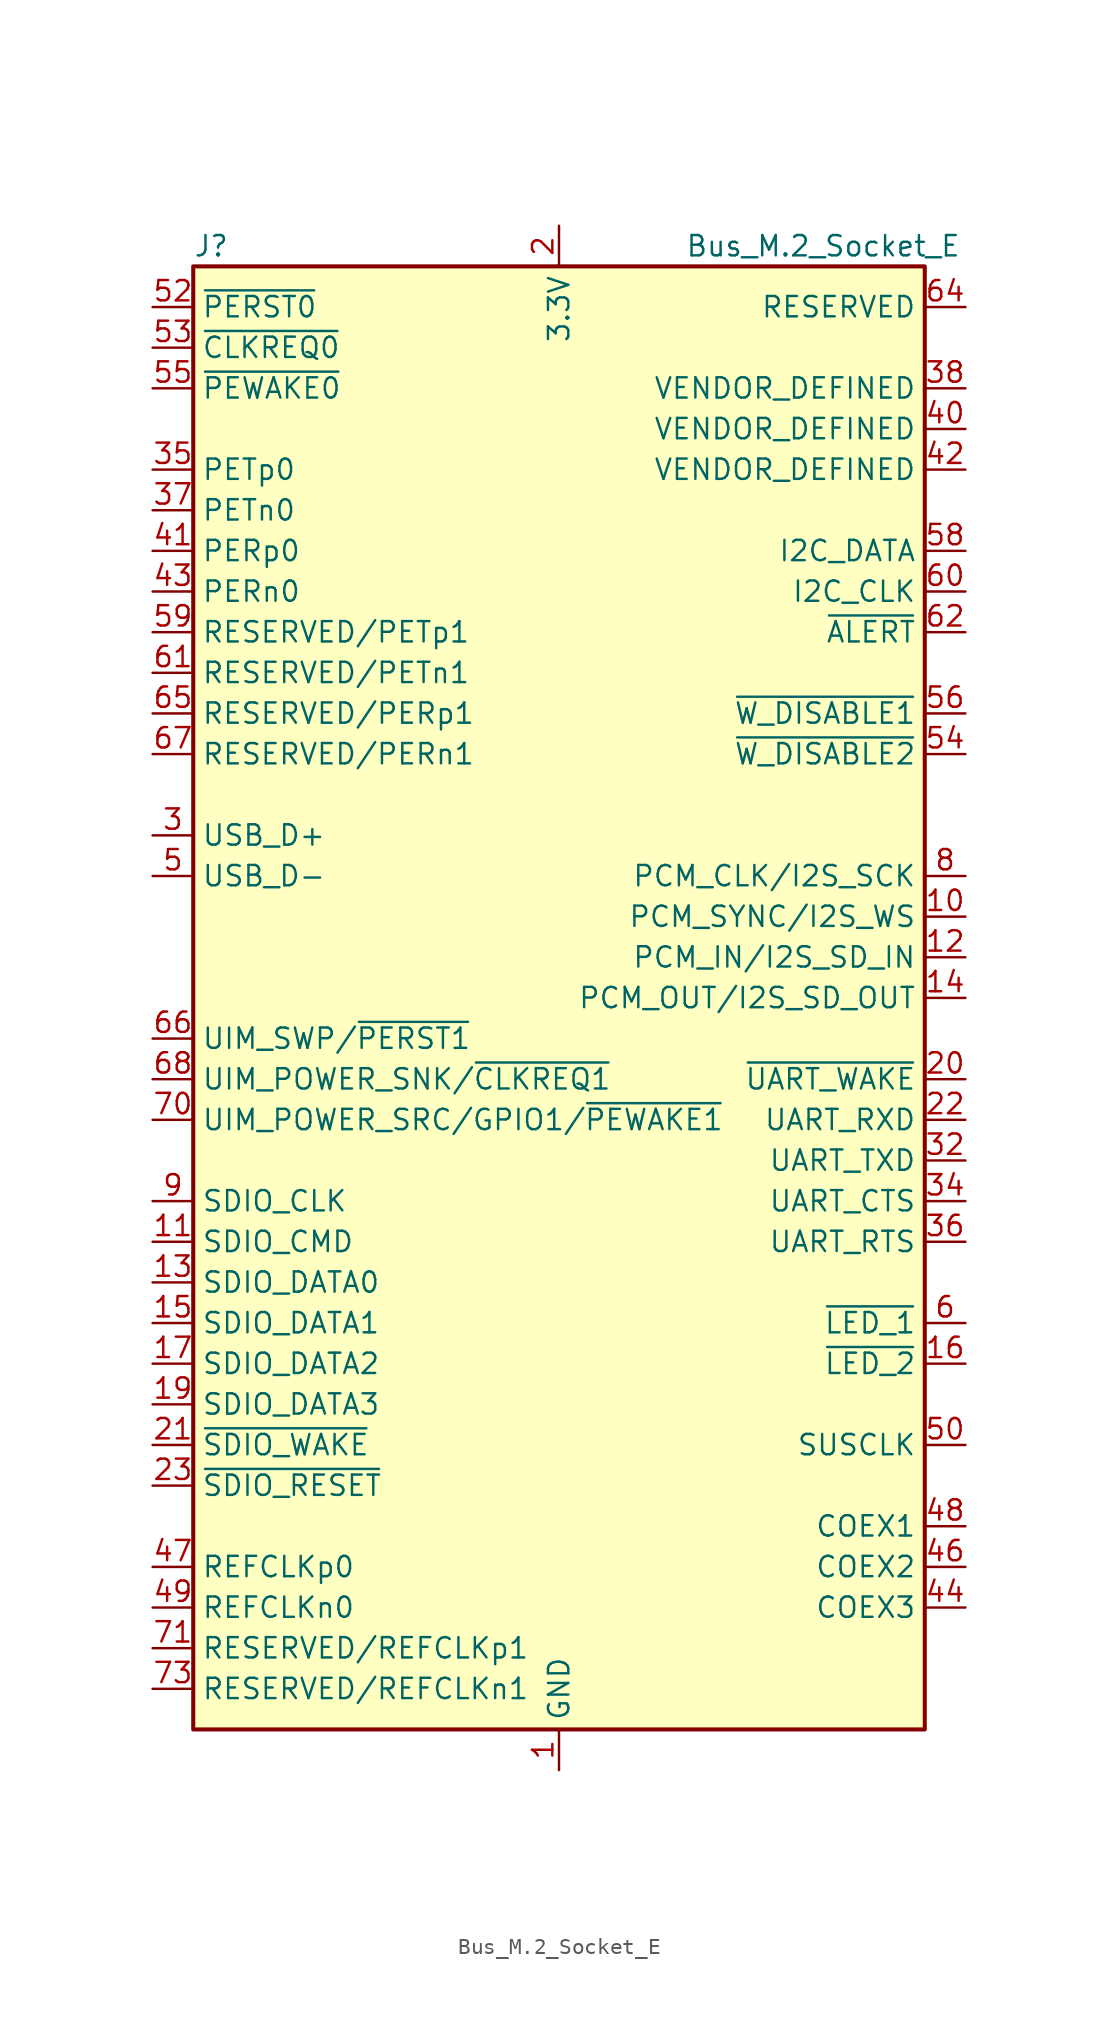
<source format=kicad_sym>
(kicad_symbol_lib
  (version 20211014)
  (generator kicad_symbol_editor)
  (symbol "Bus_M.2_Socket_E"
    (property "Reference" "J"
      (at -22.86 46.99 0)
      (effects (font (size 1.27 1.27)) (justify left)))
    (property "Value" "Bus_M.2_Socket_E"
      (at 16.51 46.99 0)
      (effects (font (size 1.27 1.27))))
    (symbol "Bus_M.2_Socket_E_0_1"
      (rectangle (start -22.86 45.72) (end 22.86 -45.72) (stroke (width 0.254) (type default) (color 0 0 0 0)) (fill (type background))))
    (symbol "Bus_M.2_Socket_E_1_1"
      (pin power_in line (at 0 -48.26 90) (length 2.54) (name "GND" (effects (font (size 1.27 1.27)))) (number "1" (effects (font (size 1.27 1.27)))))
      (pin bidirectional line (at 25.4 5.08 180) (length 2.54) (name "PCM_SYNC/I2S_WS" (effects (font (size 1.27 1.27)))) (number "10" (effects (font (size 1.27 1.27)))))
      (pin bidirectional line (at -25.4 -15.24 0) (length 2.54) (name "SDIO_CMD" (effects (font (size 1.27 1.27)))) (number "11" (effects (font (size 1.27 1.27)))))
      (pin input line (at 25.4 2.54 180) (length 2.54) (name "PCM_IN/I2S_SD_IN" (effects (font (size 1.27 1.27)))) (number "12" (effects (font (size 1.27 1.27)))))
      (pin bidirectional line (at -25.4 -17.78 0) (length 2.54) (name "SDIO_DATA0" (effects (font (size 1.27 1.27)))) (number "13" (effects (font (size 1.27 1.27)))))
      (pin output line (at 25.4 0 180) (length 2.54) (name "PCM_OUT/I2S_SD_OUT" (effects (font (size 1.27 1.27)))) (number "14" (effects (font (size 1.27 1.27)))))
      (pin bidirectional line (at -25.4 -20.32 0) (length 2.54) (name "SDIO_DATA1" (effects (font (size 1.27 1.27)))) (number "15" (effects (font (size 1.27 1.27)))))
      (pin open_collector line (at 25.4 -22.86 180) (length 2.54) (name "~{LED_2}" (effects (font (size 1.27 1.27)))) (number "16" (effects (font (size 1.27 1.27)))))
      (pin bidirectional line (at -25.4 -22.86 0) (length 2.54) (name "SDIO_DATA2" (effects (font (size 1.27 1.27)))) (number "17" (effects (font (size 1.27 1.27)))))
      (pin passive line (at 0 -48.26 90) (length 2.54) hide (name "GND" (effects (font (size 1.27 1.27)))) (number "18" (effects (font (size 1.27 1.27)))))
      (pin bidirectional line (at -25.4 -25.4 0) (length 2.54) (name "SDIO_DATA3" (effects (font (size 1.27 1.27)))) (number "19" (effects (font (size 1.27 1.27)))))
      (pin power_in line (at 0 48.26 270) (length 2.54) (name "3.3V" (effects (font (size 1.27 1.27)))) (number "2" (effects (font (size 1.27 1.27)))))
      (pin input line (at 25.4 -5.08 180) (length 2.54) (name "~{UART_WAKE}" (effects (font (size 1.27 1.27)))) (number "20" (effects (font (size 1.27 1.27)))))
      (pin input line (at -25.4 -27.94 0) (length 2.54) (name "~{SDIO_WAKE}" (effects (font (size 1.27 1.27)))) (number "21" (effects (font (size 1.27 1.27)))))
      (pin input line (at 25.4 -7.62 180) (length 2.54) (name "UART_RXD" (effects (font (size 1.27 1.27)))) (number "22" (effects (font (size 1.27 1.27)))))
      (pin output line (at -25.4 -30.48 0) (length 2.54) (name "~{SDIO_RESET}" (effects (font (size 1.27 1.27)))) (number "23" (effects (font (size 1.27 1.27)))))
      (pin bidirectional line (at -25.4 10.16 0) (length 2.54) (name "USB_D+" (effects (font (size 1.27 1.27)))) (number "3" (effects (font (size 1.27 1.27)))))
      (pin output line (at 25.4 -10.16 180) (length 2.54) (name "UART_TXD" (effects (font (size 1.27 1.27)))) (number "32" (effects (font (size 1.27 1.27)))))
      (pin passive line (at 0 -48.26 90) (length 2.54) hide (name "GND" (effects (font (size 1.27 1.27)))) (number "33" (effects (font (size 1.27 1.27)))))
      (pin input line (at 25.4 -12.7 180) (length 2.54) (name "UART_CTS" (effects (font (size 1.27 1.27)))) (number "34" (effects (font (size 1.27 1.27)))))
      (pin output line (at -25.4 33.02 0) (length 2.54) (name "PETp0" (effects (font (size 1.27 1.27)))) (number "35" (effects (font (size 1.27 1.27)))))
      (pin output line (at 25.4 -15.24 180) (length 2.54) (name "UART_RTS" (effects (font (size 1.27 1.27)))) (number "36" (effects (font (size 1.27 1.27)))))
      (pin output line (at -25.4 30.48 0) (length 2.54) (name "PETn0" (effects (font (size 1.27 1.27)))) (number "37" (effects (font (size 1.27 1.27)))))
      (pin passive line (at 25.4 38.1 180) (length 2.54) (name "VENDOR_DEFINED" (effects (font (size 1.27 1.27)))) (number "38" (effects (font (size 1.27 1.27)))))
      (pin passive line (at 0 -48.26 90) (length 2.54) hide (name "GND" (effects (font (size 1.27 1.27)))) (number "39" (effects (font (size 1.27 1.27)))))
      (pin passive line (at 0 48.26 270) (length 2.54) hide (name "3.3V" (effects (font (size 1.27 1.27)))) (number "4" (effects (font (size 1.27 1.27)))))
      (pin passive line (at 25.4 35.56 180) (length 2.54) (name "VENDOR_DEFINED" (effects (font (size 1.27 1.27)))) (number "40" (effects (font (size 1.27 1.27)))))
      (pin input line (at -25.4 27.94 0) (length 2.54) (name "PERp0" (effects (font (size 1.27 1.27)))) (number "41" (effects (font (size 1.27 1.27)))))
      (pin passive line (at 25.4 33.02 180) (length 2.54) (name "VENDOR_DEFINED" (effects (font (size 1.27 1.27)))) (number "42" (effects (font (size 1.27 1.27)))))
      (pin input line (at -25.4 25.4 0) (length 2.54) (name "PERn0" (effects (font (size 1.27 1.27)))) (number "43" (effects (font (size 1.27 1.27)))))
      (pin bidirectional line (at 25.4 -38.1 180) (length 2.54) (name "COEX3" (effects (font (size 1.27 1.27)))) (number "44" (effects (font (size 1.27 1.27)))))
      (pin passive line (at 0 -48.26 90) (length 2.54) hide (name "GND" (effects (font (size 1.27 1.27)))) (number "45" (effects (font (size 1.27 1.27)))))
      (pin bidirectional line (at 25.4 -35.56 180) (length 2.54) (name "COEX2" (effects (font (size 1.27 1.27)))) (number "46" (effects (font (size 1.27 1.27)))))
      (pin output line (at -25.4 -35.56 0) (length 2.54) (name "REFCLKp0" (effects (font (size 1.27 1.27)))) (number "47" (effects (font (size 1.27 1.27)))))
      (pin bidirectional line (at 25.4 -33.02 180) (length 2.54) (name "COEX1" (effects (font (size 1.27 1.27)))) (number "48" (effects (font (size 1.27 1.27)))))
      (pin output line (at -25.4 -38.1 0) (length 2.54) (name "REFCLKn0" (effects (font (size 1.27 1.27)))) (number "49" (effects (font (size 1.27 1.27)))))
      (pin bidirectional line (at -25.4 7.62 0) (length 2.54) (name "USB_D-" (effects (font (size 1.27 1.27)))) (number "5" (effects (font (size 1.27 1.27)))))
      (pin output line (at 25.4 -27.94 180) (length 2.54) (name "SUSCLK" (effects (font (size 1.27 1.27)))) (number "50" (effects (font (size 1.27 1.27)))))
      (pin passive line (at 0 -48.26 90) (length 2.54) hide (name "GND" (effects (font (size 1.27 1.27)))) (number "51" (effects (font (size 1.27 1.27)))))
      (pin output line (at -25.4 43.18 0) (length 2.54) (name "~{PERST0}" (effects (font (size 1.27 1.27)))) (number "52" (effects (font (size 1.27 1.27)))))
      (pin bidirectional line (at -25.4 40.64 0) (length 2.54) (name "~{CLKREQ0}" (effects (font (size 1.27 1.27)))) (number "53" (effects (font (size 1.27 1.27)))))
      (pin output line (at 25.4 15.24 180) (length 2.54) (name "~{W_DISABLE2}" (effects (font (size 1.27 1.27)))) (number "54" (effects (font (size 1.27 1.27)))))
      (pin bidirectional line (at -25.4 38.1 0) (length 2.54) (name "~{PEWAKE0}" (effects (font (size 1.27 1.27)))) (number "55" (effects (font (size 1.27 1.27)))))
      (pin output line (at 25.4 17.78 180) (length 2.54) (name "~{W_DISABLE1}" (effects (font (size 1.27 1.27)))) (number "56" (effects (font (size 1.27 1.27)))))
      (pin passive line (at 0 -48.26 90) (length 2.54) hide (name "GND" (effects (font (size 1.27 1.27)))) (number "57" (effects (font (size 1.27 1.27)))))
      (pin bidirectional line (at 25.4 27.94 180) (length 2.54) (name "I2C_DATA" (effects (font (size 1.27 1.27)))) (number "58" (effects (font (size 1.27 1.27)))))
      (pin output line (at -25.4 22.86 0) (length 2.54) (name "RESERVED/PETp1" (effects (font (size 1.27 1.27)))) (number "59" (effects (font (size 1.27 1.27)))))
      (pin open_collector line (at 25.4 -20.32 180) (length 2.54) (name "~{LED_1}" (effects (font (size 1.27 1.27)))) (number "6" (effects (font (size 1.27 1.27)))))
      (pin output line (at 25.4 25.4 180) (length 2.54) (name "I2C_CLK" (effects (font (size 1.27 1.27)))) (number "60" (effects (font (size 1.27 1.27)))))
      (pin output line (at -25.4 20.32 0) (length 2.54) (name "RESERVED/PETn1" (effects (font (size 1.27 1.27)))) (number "61" (effects (font (size 1.27 1.27)))))
      (pin input line (at 25.4 22.86 180) (length 2.54) (name "~{ALERT}" (effects (font (size 1.27 1.27)))) (number "62" (effects (font (size 1.27 1.27)))))
      (pin passive line (at 0 -48.26 90) (length 2.54) hide (name "GND" (effects (font (size 1.27 1.27)))) (number "63" (effects (font (size 1.27 1.27)))))
      (pin passive line (at 25.4 43.18 180) (length 2.54) (name "RESERVED" (effects (font (size 1.27 1.27)))) (number "64" (effects (font (size 1.27 1.27)))))
      (pin input line (at -25.4 17.78 0) (length 2.54) (name "RESERVED/PERp1" (effects (font (size 1.27 1.27)))) (number "65" (effects (font (size 1.27 1.27)))))
      (pin output line (at -25.4 -2.54 0) (length 2.54) (name "UIM_SWP/~{PERST1}" (effects (font (size 1.27 1.27)))) (number "66" (effects (font (size 1.27 1.27)))))
      (pin input line (at -25.4 15.24 0) (length 2.54) (name "RESERVED/PERn1" (effects (font (size 1.27 1.27)))) (number "67" (effects (font (size 1.27 1.27)))))
      (pin bidirectional line (at -25.4 -5.08 0) (length 2.54) (name "UIM_POWER_SNK/~{CLKREQ1}" (effects (font (size 1.27 1.27)))) (number "68" (effects (font (size 1.27 1.27)))))
      (pin passive line (at 0 -48.26 90) (length 2.54) hide (name "GND" (effects (font (size 1.27 1.27)))) (number "69" (effects (font (size 1.27 1.27)))))
      (pin passive line (at 0 -48.26 90) (length 2.54) hide (name "GND" (effects (font (size 1.27 1.27)))) (number "7" (effects (font (size 1.27 1.27)))))
      (pin bidirectional line (at -25.4 -7.62 0) (length 2.54) (name "UIM_POWER_SRC/GPIO1/~{PEWAKE1}" (effects (font (size 1.27 1.27)))) (number "70" (effects (font (size 1.27 1.27)))))
      (pin output line (at -25.4 -40.64 0) (length 2.54) (name "RESERVED/REFCLKp1" (effects (font (size 1.27 1.27)))) (number "71" (effects (font (size 1.27 1.27)))))
      (pin passive line (at 0 48.26 270) (length 2.54) hide (name "3.3V" (effects (font (size 1.27 1.27)))) (number "72" (effects (font (size 1.27 1.27)))))
      (pin output line (at -25.4 -43.18 0) (length 2.54) (name "RESERVED/REFCLKn1" (effects (font (size 1.27 1.27)))) (number "73" (effects (font (size 1.27 1.27)))))
      (pin passive line (at 0 48.26 270) (length 2.54) hide (name "3.3V" (effects (font (size 1.27 1.27)))) (number "74" (effects (font (size 1.27 1.27)))))
      (pin passive line (at 0 -48.26 90) (length 2.54) hide (name "GND" (effects (font (size 1.27 1.27)))) (number "75" (effects (font (size 1.27 1.27)))))
      (pin bidirectional line (at 25.4 7.62 180) (length 2.54) (name "PCM_CLK/I2S_SCK" (effects (font (size 1.27 1.27)))) (number "8" (effects (font (size 1.27 1.27)))))
      (pin output line (at -25.4 -12.7 0) (length 2.54) (name "SDIO_CLK" (effects (font (size 1.27 1.27)))) (number "9" (effects (font (size 1.27 1.27))))))))
</source>
